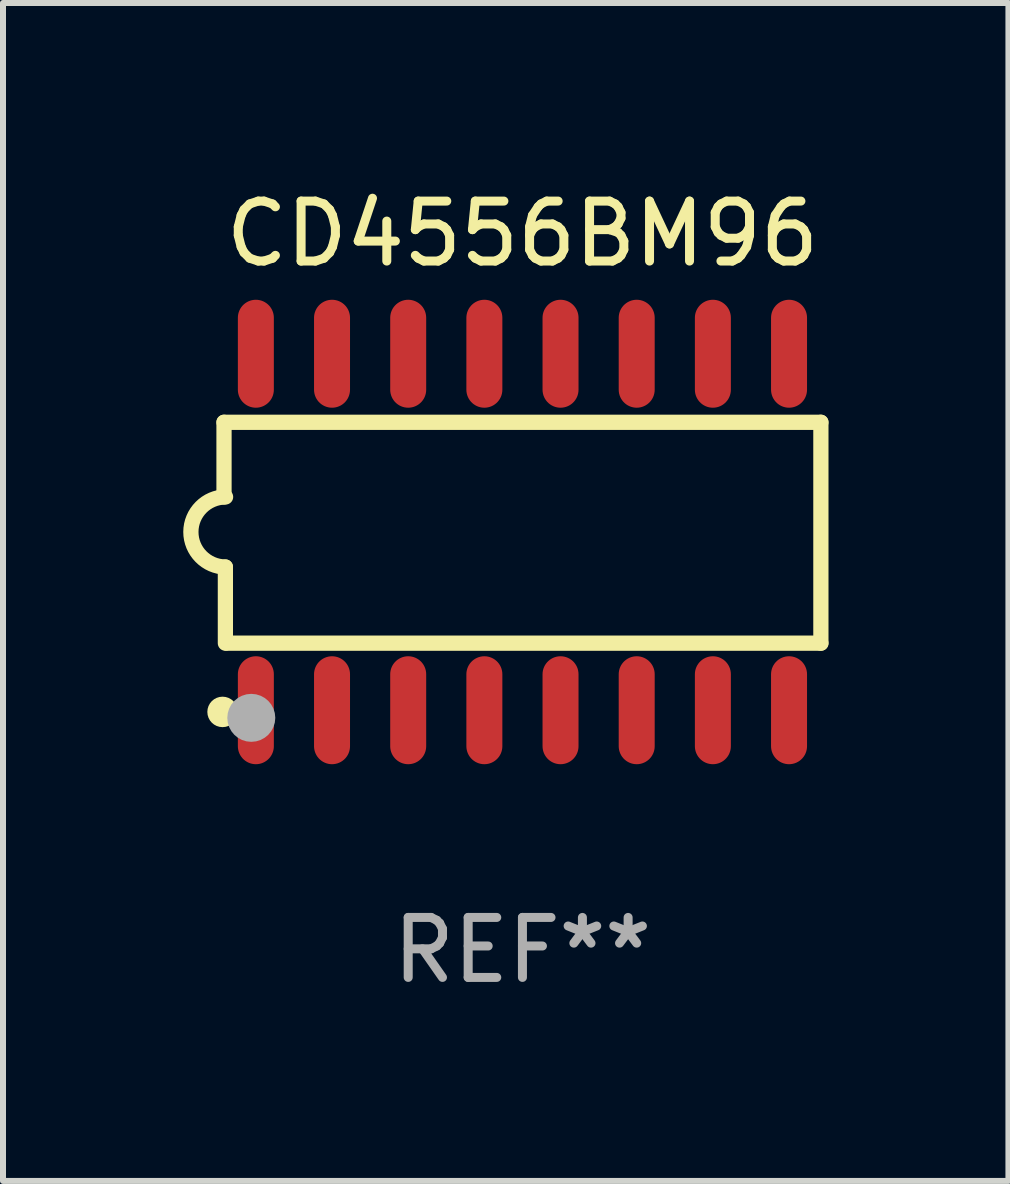
<source format=kicad_pcb>
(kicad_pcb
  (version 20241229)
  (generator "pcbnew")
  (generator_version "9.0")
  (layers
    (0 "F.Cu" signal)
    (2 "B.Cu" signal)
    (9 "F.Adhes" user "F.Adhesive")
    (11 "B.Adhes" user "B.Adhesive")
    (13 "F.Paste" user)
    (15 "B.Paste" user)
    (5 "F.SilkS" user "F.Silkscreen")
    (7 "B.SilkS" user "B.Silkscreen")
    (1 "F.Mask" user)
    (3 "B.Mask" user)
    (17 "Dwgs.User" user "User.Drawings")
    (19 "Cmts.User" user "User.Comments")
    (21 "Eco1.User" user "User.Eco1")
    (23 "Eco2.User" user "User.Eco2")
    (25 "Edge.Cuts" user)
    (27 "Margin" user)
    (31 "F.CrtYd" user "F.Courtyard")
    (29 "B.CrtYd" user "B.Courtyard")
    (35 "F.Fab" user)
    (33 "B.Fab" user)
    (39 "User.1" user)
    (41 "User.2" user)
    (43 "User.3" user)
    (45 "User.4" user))
  (footprint "CD4556BM96"
    (layer "F.Cu")
    (at 5.661 5.82)
    (property "Reference" "CD4556BM96" (at 0 -4.972 0) (layer "F.SilkS") (effects (font (size 1 1) (thickness 0.15))))
    (attr through_hole)
    (fp_line (start -4.976 -1.829) (end -4.976 -0.584) (stroke (width 0.254) (type solid)) (layer "F.SilkS"))
    (fp_line (start -4.953 0.584) (end -4.953 1.854) (stroke (width 0.254) (type solid)) (layer "F.SilkS"))
    (fp_line (start -4.928 1.854) (end 4.976 1.854) (stroke (width 0.254) (type solid)) (layer "F.SilkS"))
    (fp_line (start 4.976 -1.829) (end -4.976 -1.829) (stroke (width 0.254) (type solid)) (layer "F.SilkS"))
    (fp_line (start 4.976 1.854) (end 4.976 -1.829) (stroke (width 0.254) (type solid)) (layer "F.SilkS"))
    (fp_arc (start -4.95301 0.584201) (mid -5.533866 -0.00152) (end -4.950088 -0.584329) (stroke (width 0.254001) (type solid)) (layer "F.SilkS"))
    (fp_circle (center -5 3) (end -4.873 3) (stroke (width 0.254) (type solid)) (fill no) (layer "F.SilkS"))
    (fp_circle (center -4.521 3.099) (end -4.321 3.099) (stroke (width 0.4) (type solid)) (fill no) (layer "F.Fab"))
    (fp_text user "REF**" (at 0 6.972 0) (layer "F.Fab") (effects (font (size 1 1) (thickness 0.15))))
    (pad "1" smd oval (at -4.445 2.972 180) (size 0.6 1.8) (layers "F.Cu" "F.Mask" "F.Paste"))
    (pad "2" smd oval (at -3.175 2.972 180) (size 0.6 1.8) (layers "F.Cu" "F.Mask" "F.Paste"))
    (pad "3" smd oval (at -1.905 2.972 180) (size 0.6 1.8) (layers "F.Cu" "F.Mask" "F.Paste"))
    (pad "4" smd oval (at -0.635 2.972 180) (size 0.6 1.8) (layers "F.Cu" "F.Mask" "F.Paste"))
    (pad "5" smd oval (at 0.635 2.972 180) (size 0.6 1.8) (layers "F.Cu" "F.Mask" "F.Paste"))
    (pad "6" smd oval (at 1.905 2.972 180) (size 0.6 1.8) (layers "F.Cu" "F.Mask" "F.Paste"))
    (pad "7" smd oval (at 3.175 2.972 180) (size 0.6 1.8) (layers "F.Cu" "F.Mask" "F.Paste"))
    (pad "8" smd oval (at 4.445 2.972 180) (size 0.6 1.8) (layers "F.Cu" "F.Mask" "F.Paste"))
    (pad "9" smd oval (at 4.445 -2.972 180) (size 0.6 1.8) (layers "F.Cu" "F.Mask" "F.Paste"))
    (pad "10" smd oval (at 3.175 -2.972 180) (size 0.6 1.8) (layers "F.Cu" "F.Mask" "F.Paste"))
    (pad "11" smd oval (at 1.905 -2.972 180) (size 0.6 1.8) (layers "F.Cu" "F.Mask" "F.Paste"))
    (pad "12" smd oval (at 0.635 -2.972 180) (size 0.6 1.8) (layers "F.Cu" "F.Mask" "F.Paste"))
    (pad "13" smd oval (at -0.635 -2.972 180) (size 0.6 1.8) (layers "F.Cu" "F.Mask" "F.Paste"))
    (pad "14" smd oval (at -1.905 -2.972 180) (size 0.6 1.8) (layers "F.Cu" "F.Mask" "F.Paste"))
    (pad "15" smd oval (at -3.175 -2.972 180) (size 0.6 1.8) (layers "F.Cu" "F.Mask" "F.Paste"))
    (pad "16" smd oval (at -4.445 -2.972 180) (size 0.6 1.8) (layers "F.Cu" "F.Mask" "F.Paste")))
  (gr_rect
    (start -3 -3)
    (end 13.764 16.64)
    (stroke (width 0.1) (type default))
    (fill no)
    (layer "Edge.Cuts")))
</source>
